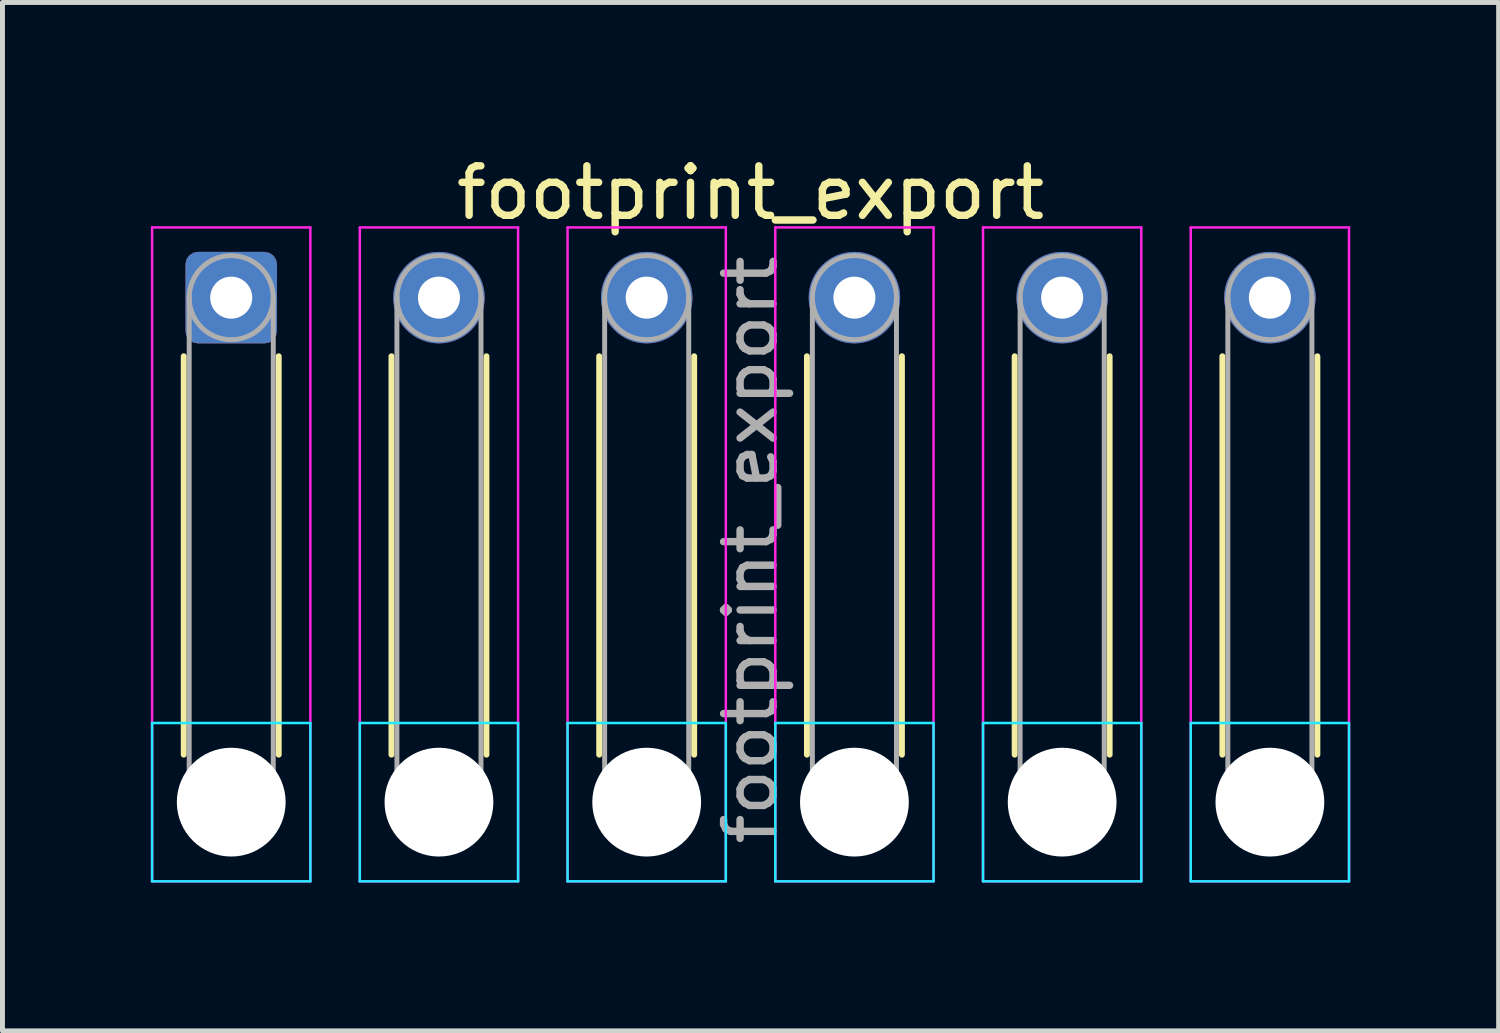
<source format=kicad_pcb>
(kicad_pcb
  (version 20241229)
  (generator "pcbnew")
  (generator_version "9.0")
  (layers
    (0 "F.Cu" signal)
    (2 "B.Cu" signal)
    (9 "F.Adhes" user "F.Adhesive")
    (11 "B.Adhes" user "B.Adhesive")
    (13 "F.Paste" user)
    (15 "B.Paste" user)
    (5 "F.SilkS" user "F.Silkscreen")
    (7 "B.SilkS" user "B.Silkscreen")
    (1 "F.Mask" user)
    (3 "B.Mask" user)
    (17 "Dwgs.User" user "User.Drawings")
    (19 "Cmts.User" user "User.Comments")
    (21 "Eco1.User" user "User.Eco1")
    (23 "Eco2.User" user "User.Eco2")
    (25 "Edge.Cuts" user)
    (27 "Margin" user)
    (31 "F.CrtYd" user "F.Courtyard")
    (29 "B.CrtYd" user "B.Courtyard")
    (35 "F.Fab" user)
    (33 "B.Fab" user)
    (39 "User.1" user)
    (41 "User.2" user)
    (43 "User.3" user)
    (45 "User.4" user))
  (footprint "footprint_export"
    (layer "F.Cu")
    (at 1.625 2.968)
    (property "Reference" "footprint_export" (at 10.5 -2.12 0) (layer "F.SilkS") (effects (font (size 1 1) (thickness 0.15))))
    (attr exclude_from_pos_files exclude_from_bom)
    (fp_line (start -0.96 1.185) (end -0.96 9.24) (stroke (width 0.12) (type solid)) (layer "F.SilkS"))
    (fp_line (start 0.96 1.185) (end 0.96 9.24) (stroke (width 0.12) (type solid)) (layer "F.SilkS"))
    (fp_line (start 3.24 1.185) (end 3.24 9.24) (stroke (width 0.12) (type solid)) (layer "F.SilkS"))
    (fp_line (start 5.16 1.185) (end 5.16 9.24) (stroke (width 0.12) (type solid)) (layer "F.SilkS"))
    (fp_line (start 7.44 1.185) (end 7.44 9.24) (stroke (width 0.12) (type solid)) (layer "F.SilkS"))
    (fp_line (start 9.36 1.185) (end 9.36 9.24) (stroke (width 0.12) (type solid)) (layer "F.SilkS"))
    (fp_line (start 11.64 1.185) (end 11.64 9.24) (stroke (width 0.12) (type solid)) (layer "F.SilkS"))
    (fp_line (start 13.56 1.185) (end 13.56 9.24) (stroke (width 0.12) (type solid)) (layer "F.SilkS"))
    (fp_line (start 15.84 1.185) (end 15.84 9.24) (stroke (width 0.12) (type solid)) (layer "F.SilkS"))
    (fp_line (start 17.76 1.185) (end 17.76 9.24) (stroke (width 0.12) (type solid)) (layer "F.SilkS"))
    (fp_line (start 20.04 1.185) (end 20.04 9.24) (stroke (width 0.12) (type solid)) (layer "F.SilkS"))
    (fp_line (start 21.96 1.185) (end 21.96 9.24) (stroke (width 0.12) (type solid)) (layer "F.SilkS"))
    (fp_line (start -1.6 8.6) (end -1.6 11.8) (stroke (width 0.05) (type solid)) (layer "B.CrtYd"))
    (fp_line (start -1.6 11.8) (end 1.6 11.8) (stroke (width 0.05) (type solid)) (layer "B.CrtYd"))
    (fp_line (start 1.6 8.6) (end -1.6 8.6) (stroke (width 0.05) (type solid)) (layer "B.CrtYd"))
    (fp_line (start 1.6 11.8) (end 1.6 8.6) (stroke (width 0.05) (type solid)) (layer "B.CrtYd"))
    (fp_line (start 2.6 8.6) (end 2.6 11.8) (stroke (width 0.05) (type solid)) (layer "B.CrtYd"))
    (fp_line (start 2.6 11.8) (end 5.8 11.8) (stroke (width 0.05) (type solid)) (layer "B.CrtYd"))
    (fp_line (start 5.8 8.6) (end 2.6 8.6) (stroke (width 0.05) (type solid)) (layer "B.CrtYd"))
    (fp_line (start 5.8 11.8) (end 5.8 8.6) (stroke (width 0.05) (type solid)) (layer "B.CrtYd"))
    (fp_line (start 6.8 8.6) (end 6.8 11.8) (stroke (width 0.05) (type solid)) (layer "B.CrtYd"))
    (fp_line (start 6.8 11.8) (end 10 11.8) (stroke (width 0.05) (type solid)) (layer "B.CrtYd"))
    (fp_line (start 10 8.6) (end 6.8 8.6) (stroke (width 0.05) (type solid)) (layer "B.CrtYd"))
    (fp_line (start 10 11.8) (end 10 8.6) (stroke (width 0.05) (type solid)) (layer "B.CrtYd"))
    (fp_line (start 11 8.6) (end 11 11.8) (stroke (width 0.05) (type solid)) (layer "B.CrtYd"))
    (fp_line (start 11 11.8) (end 14.2 11.8) (stroke (width 0.05) (type solid)) (layer "B.CrtYd"))
    (fp_line (start 14.2 8.6) (end 11 8.6) (stroke (width 0.05) (type solid)) (layer "B.CrtYd"))
    (fp_line (start 14.2 11.8) (end 14.2 8.6) (stroke (width 0.05) (type solid)) (layer "B.CrtYd"))
    (fp_line (start 15.2 8.6) (end 15.2 11.8) (stroke (width 0.05) (type solid)) (layer "B.CrtYd"))
    (fp_line (start 15.2 11.8) (end 18.4 11.8) (stroke (width 0.05) (type solid)) (layer "B.CrtYd"))
    (fp_line (start 18.4 8.6) (end 15.2 8.6) (stroke (width 0.05) (type solid)) (layer "B.CrtYd"))
    (fp_line (start 18.4 11.8) (end 18.4 8.6) (stroke (width 0.05) (type solid)) (layer "B.CrtYd"))
    (fp_line (start 19.4 8.6) (end 19.4 11.8) (stroke (width 0.05) (type solid)) (layer "B.CrtYd"))
    (fp_line (start 19.4 11.8) (end 22.6 11.8) (stroke (width 0.05) (type solid)) (layer "B.CrtYd"))
    (fp_line (start 22.6 8.6) (end 19.4 8.6) (stroke (width 0.05) (type solid)) (layer "B.CrtYd"))
    (fp_line (start 22.6 11.8) (end 22.6 8.6) (stroke (width 0.05) (type solid)) (layer "B.CrtYd"))
    (fp_line (start -1.6 -1.42) (end -1.6 11.8) (stroke (width 0.05) (type solid)) (layer "F.CrtYd"))
    (fp_line (start -1.6 11.8) (end 1.6 11.8) (stroke (width 0.05) (type solid)) (layer "F.CrtYd"))
    (fp_line (start 1.6 -1.42) (end -1.6 -1.42) (stroke (width 0.05) (type solid)) (layer "F.CrtYd"))
    (fp_line (start 1.6 11.8) (end 1.6 -1.42) (stroke (width 0.05) (type solid)) (layer "F.CrtYd"))
    (fp_line (start 2.6 -1.42) (end 2.6 11.8) (stroke (width 0.05) (type solid)) (layer "F.CrtYd"))
    (fp_line (start 2.6 11.8) (end 5.8 11.8) (stroke (width 0.05) (type solid)) (layer "F.CrtYd"))
    (fp_line (start 5.8 -1.42) (end 2.6 -1.42) (stroke (width 0.05) (type solid)) (layer "F.CrtYd"))
    (fp_line (start 5.8 11.8) (end 5.8 -1.42) (stroke (width 0.05) (type solid)) (layer "F.CrtYd"))
    (fp_line (start 6.8 -1.42) (end 6.8 11.8) (stroke (width 0.05) (type solid)) (layer "F.CrtYd"))
    (fp_line (start 6.8 11.8) (end 10 11.8) (stroke (width 0.05) (type solid)) (layer "F.CrtYd"))
    (fp_line (start 10 -1.42) (end 6.8 -1.42) (stroke (width 0.05) (type solid)) (layer "F.CrtYd"))
    (fp_line (start 10 11.8) (end 10 -1.42) (stroke (width 0.05) (type solid)) (layer "F.CrtYd"))
    (fp_line (start 11 -1.42) (end 11 11.8) (stroke (width 0.05) (type solid)) (layer "F.CrtYd"))
    (fp_line (start 11 11.8) (end 14.2 11.8) (stroke (width 0.05) (type solid)) (layer "F.CrtYd"))
    (fp_line (start 14.2 -1.42) (end 11 -1.42) (stroke (width 0.05) (type solid)) (layer "F.CrtYd"))
    (fp_line (start 14.2 11.8) (end 14.2 -1.42) (stroke (width 0.05) (type solid)) (layer "F.CrtYd"))
    (fp_line (start 15.2 -1.42) (end 15.2 11.8) (stroke (width 0.05) (type solid)) (layer "F.CrtYd"))
    (fp_line (start 15.2 11.8) (end 18.4 11.8) (stroke (width 0.05) (type solid)) (layer "F.CrtYd"))
    (fp_line (start 18.4 -1.42) (end 15.2 -1.42) (stroke (width 0.05) (type solid)) (layer "F.CrtYd"))
    (fp_line (start 18.4 11.8) (end 18.4 -1.42) (stroke (width 0.05) (type solid)) (layer "F.CrtYd"))
    (fp_line (start 19.4 -1.42) (end 19.4 11.8) (stroke (width 0.05) (type solid)) (layer "F.CrtYd"))
    (fp_line (start 19.4 11.8) (end 22.6 11.8) (stroke (width 0.05) (type solid)) (layer "F.CrtYd"))
    (fp_line (start 22.6 -1.42) (end 19.4 -1.42) (stroke (width 0.05) (type solid)) (layer "F.CrtYd"))
    (fp_line (start 22.6 11.8) (end 22.6 -1.42) (stroke (width 0.05) (type solid)) (layer "F.CrtYd"))
    (fp_line (start -0.85 0) (end -0.85 10.2) (stroke (width 0.1) (type solid)) (layer "F.Fab"))
    (fp_line (start 0.85 0) (end 0.85 10.2) (stroke (width 0.1) (type solid)) (layer "F.Fab"))
    (fp_line (start 3.35 0) (end 3.35 10.2) (stroke (width 0.1) (type solid)) (layer "F.Fab"))
    (fp_line (start 5.05 0) (end 5.05 10.2) (stroke (width 0.1) (type solid)) (layer "F.Fab"))
    (fp_line (start 7.55 0) (end 7.55 10.2) (stroke (width 0.1) (type solid)) (layer "F.Fab"))
    (fp_line (start 9.25 0) (end 9.25 10.2) (stroke (width 0.1) (type solid)) (layer "F.Fab"))
    (fp_line (start 11.75 0) (end 11.75 10.2) (stroke (width 0.1) (type solid)) (layer "F.Fab"))
    (fp_line (start 13.45 0) (end 13.45 10.2) (stroke (width 0.1) (type solid)) (layer "F.Fab"))
    (fp_line (start 15.95 0) (end 15.95 10.2) (stroke (width 0.1) (type solid)) (layer "F.Fab"))
    (fp_line (start 17.65 0) (end 17.65 10.2) (stroke (width 0.1) (type solid)) (layer "F.Fab"))
    (fp_line (start 20.15 0) (end 20.15 10.2) (stroke (width 0.1) (type solid)) (layer "F.Fab"))
    (fp_line (start 21.85 0) (end 21.85 10.2) (stroke (width 0.1) (type solid)) (layer "F.Fab"))
    (fp_circle (center 0 0) (end 0.85 0) (stroke (width 0.1) (type solid)) (fill no) (layer "F.Fab"))
    (fp_circle (center 0 10.2) (end 0.85 10.2) (stroke (width 0.1) (type solid)) (fill no) (layer "F.Fab"))
    (fp_circle (center 4.2 0) (end 5.05 0) (stroke (width 0.1) (type solid)) (fill no) (layer "F.Fab"))
    (fp_circle (center 4.2 10.2) (end 5.05 10.2) (stroke (width 0.1) (type solid)) (fill no) (layer "F.Fab"))
    (fp_circle (center 8.4 0) (end 9.25 0) (stroke (width 0.1) (type solid)) (fill no) (layer "F.Fab"))
    (fp_circle (center 8.4 10.2) (end 9.25 10.2) (stroke (width 0.1) (type solid)) (fill no) (layer "F.Fab"))
    (fp_circle (center 12.6 0) (end 13.45 0) (stroke (width 0.1) (type solid)) (fill no) (layer "F.Fab"))
    (fp_circle (center 12.6 10.2) (end 13.45 10.2) (stroke (width 0.1) (type solid)) (fill no) (layer "F.Fab"))
    (fp_circle (center 16.8 0) (end 17.65 0) (stroke (width 0.1) (type solid)) (fill no) (layer "F.Fab"))
    (fp_circle (center 16.8 10.2) (end 17.65 10.2) (stroke (width 0.1) (type solid)) (fill no) (layer "F.Fab"))
    (fp_circle (center 21 0) (end 21.85 0) (stroke (width 0.1) (type solid)) (fill no) (layer "F.Fab"))
    (fp_circle (center 21 10.2) (end 21.85 10.2) (stroke (width 0.1) (type solid)) (fill no) (layer "F.Fab"))
    (fp_text user "${REFERENCE}" (at 10.5 5.1 90) (layer "F.Fab") (effects (font (size 1 1) (thickness 0.15))))
    (pad "" np_thru_hole circle (at 0 10.2) (size 2.2 2.2) (drill 2.2) (layers "*.Cu" "*.Mask"))
    (pad "" np_thru_hole circle (at 4.2 10.2) (size 2.2 2.2) (drill 2.2) (layers "*.Cu" "*.Mask"))
    (pad "" np_thru_hole circle (at 8.4 10.2) (size 2.2 2.2) (drill 2.2) (layers "*.Cu" "*.Mask"))
    (pad "" np_thru_hole circle (at 12.6 10.2) (size 2.2 2.2) (drill 2.2) (layers "*.Cu" "*.Mask"))
    (pad "" np_thru_hole circle (at 16.8 10.2) (size 2.2 2.2) (drill 2.2) (layers "*.Cu" "*.Mask"))
    (pad "" np_thru_hole circle (at 21 10.2) (size 2.2 2.2) (drill 2.2) (layers "*.Cu" "*.Mask"))
    (pad "1" thru_hole roundrect (at 0 0) (size 1.85 1.85) (drill 0.85) (layers "*.Cu" "*.Mask") (roundrect_rratio 0.135))
    (pad "2" thru_hole circle (at 4.2 0) (size 1.85 1.85) (drill 0.85) (layers "*.Cu" "*.Mask"))
    (pad "3" thru_hole circle (at 8.4 0) (size 1.85 1.85) (drill 0.85) (layers "*.Cu" "*.Mask"))
    (pad "4" thru_hole circle (at 12.6 0) (size 1.85 1.85) (drill 0.85) (layers "*.Cu" "*.Mask"))
    (pad "5" thru_hole circle (at 16.8 0) (size 1.85 1.85) (drill 0.85) (layers "*.Cu" "*.Mask"))
    (pad "6" thru_hole circle (at 21 0) (size 1.85 1.85) (drill 0.85) (layers "*.Cu" "*.Mask")))
  (gr_rect
    (start -3 -3)
    (end 27.25 17.793)
    (stroke (width 0.1) (type default))
    (fill no)
    (layer "Edge.Cuts")))
</source>
